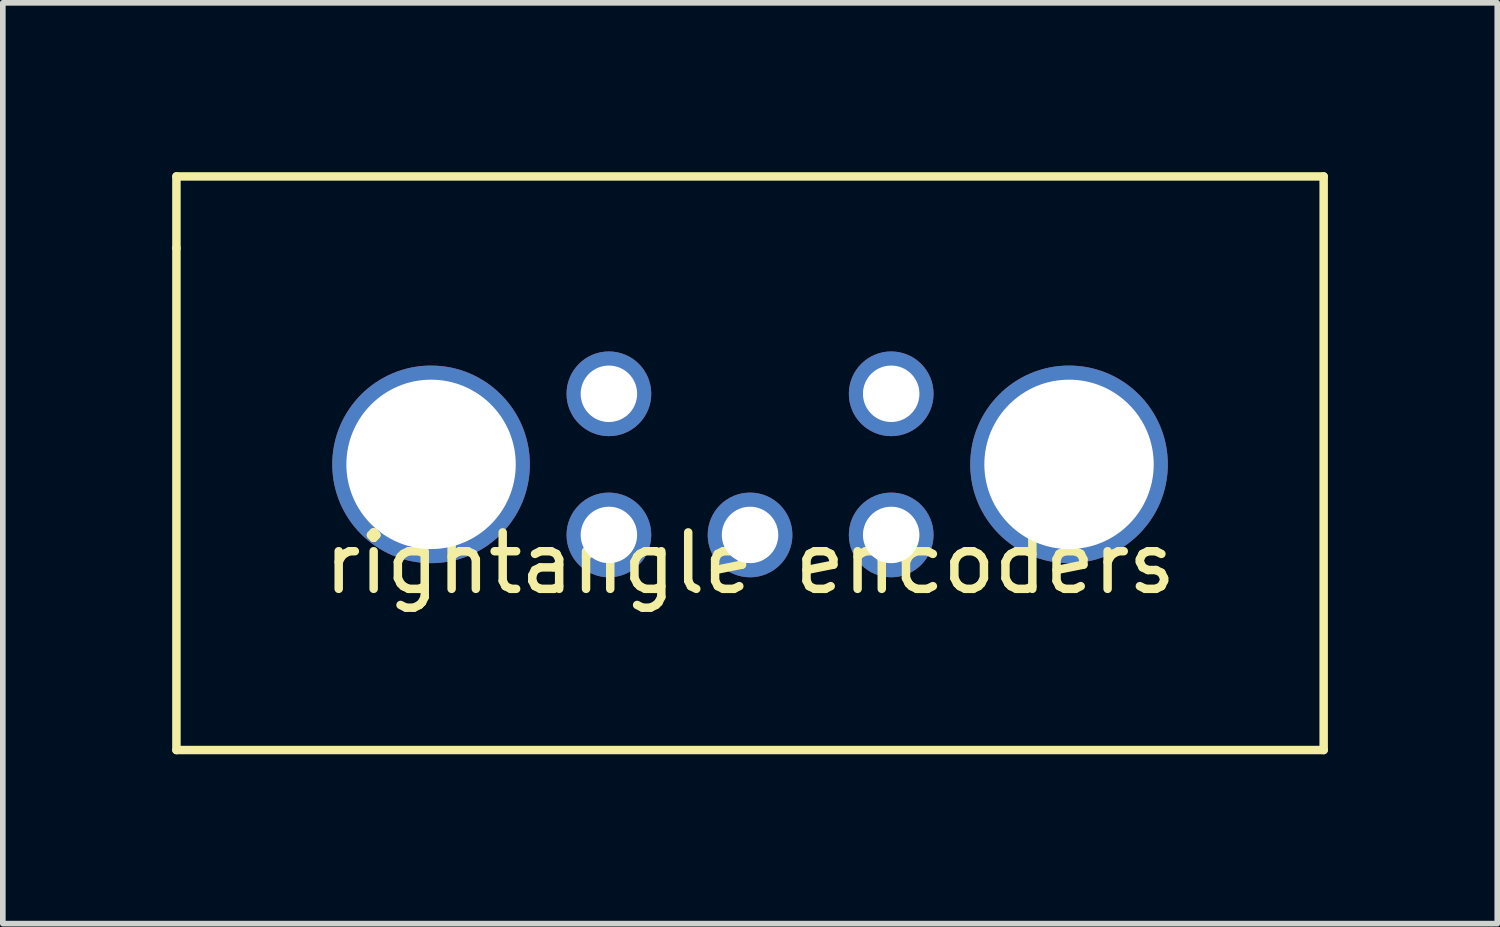
<source format=kicad_pcb>
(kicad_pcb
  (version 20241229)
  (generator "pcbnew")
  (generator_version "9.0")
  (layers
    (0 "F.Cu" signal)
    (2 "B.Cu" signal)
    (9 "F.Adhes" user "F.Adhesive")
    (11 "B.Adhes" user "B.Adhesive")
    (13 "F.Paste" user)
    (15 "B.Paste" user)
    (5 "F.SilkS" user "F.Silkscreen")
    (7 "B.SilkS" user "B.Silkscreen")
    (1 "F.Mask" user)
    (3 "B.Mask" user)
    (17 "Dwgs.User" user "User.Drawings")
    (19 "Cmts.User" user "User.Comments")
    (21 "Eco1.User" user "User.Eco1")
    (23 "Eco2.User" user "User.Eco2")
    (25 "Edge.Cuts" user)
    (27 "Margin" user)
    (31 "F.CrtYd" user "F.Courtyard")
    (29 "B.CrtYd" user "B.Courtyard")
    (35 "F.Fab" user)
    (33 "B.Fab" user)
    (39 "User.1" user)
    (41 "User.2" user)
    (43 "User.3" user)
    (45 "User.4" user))
  (footprint "rightangle encoders"
    (layer "F.Cu")
    (at 10.235 6.425)
    (property "Reference" "rightangle encoders" (at 0 0.5 0) (layer "F.SilkS") (effects (font (size 1 1) (thickness 0.15))))
    (attr through_hole)
    (fp_line (start -10.16 -6.35) (end -10.16 -5.08) (stroke (width 0.15) (type solid)) (layer "F.SilkS"))
    (fp_line (start -10.16 -5.08) (end -10.16 3.81) (stroke (width 0.15) (type solid)) (layer "F.SilkS"))
    (fp_line (start -10.16 3.81) (end 10.16 3.81) (stroke (width 0.15) (type solid)) (layer "F.SilkS"))
    (fp_line (start 10.16 -6.35) (end -10.16 -6.35) (stroke (width 0.15) (type solid)) (layer "F.SilkS"))
    (fp_line (start 10.16 3.81) (end 10.16 -6.35) (stroke (width 0.15) (type solid)) (layer "F.SilkS"))
    (pad "A" thru_hole circle (at -2.5 0) (size 1.5 1.5) (drill 1) (layers "*.Cu" "*.Mask"))
    (pad "B" thru_hole circle (at 2.5 0) (size 1.5 1.5) (drill 1) (layers "*.Cu" "*.Mask"))
    (pad "C" thru_hole circle (at 0 0) (size 1.5 1.5) (drill 1) (layers "*.Cu" "*.Mask"))
    (pad "P1" thru_hole circle (at -5.65 -1.25) (size 3.5 3.5) (drill 3) (layers "*.Cu" "*.Mask"))
    (pad "P2" thru_hole circle (at 5.65 -1.25) (size 3.5 3.5) (drill 3) (layers "*.Cu" "*.Mask"))
    (pad "S1" thru_hole circle (at -2.5 -2.5) (size 1.5 1.5) (drill 1) (layers "*.Cu" "*.Mask"))
    (pad "S2" thru_hole circle (at 2.5 -2.5) (size 1.5 1.5) (drill 1) (layers "*.Cu" "*.Mask")))
  (gr_rect
    (start -3 -3)
    (end 23.47 13.31)
    (stroke (width 0.1) (type default))
    (fill no)
    (layer "Edge.Cuts")))
</source>
